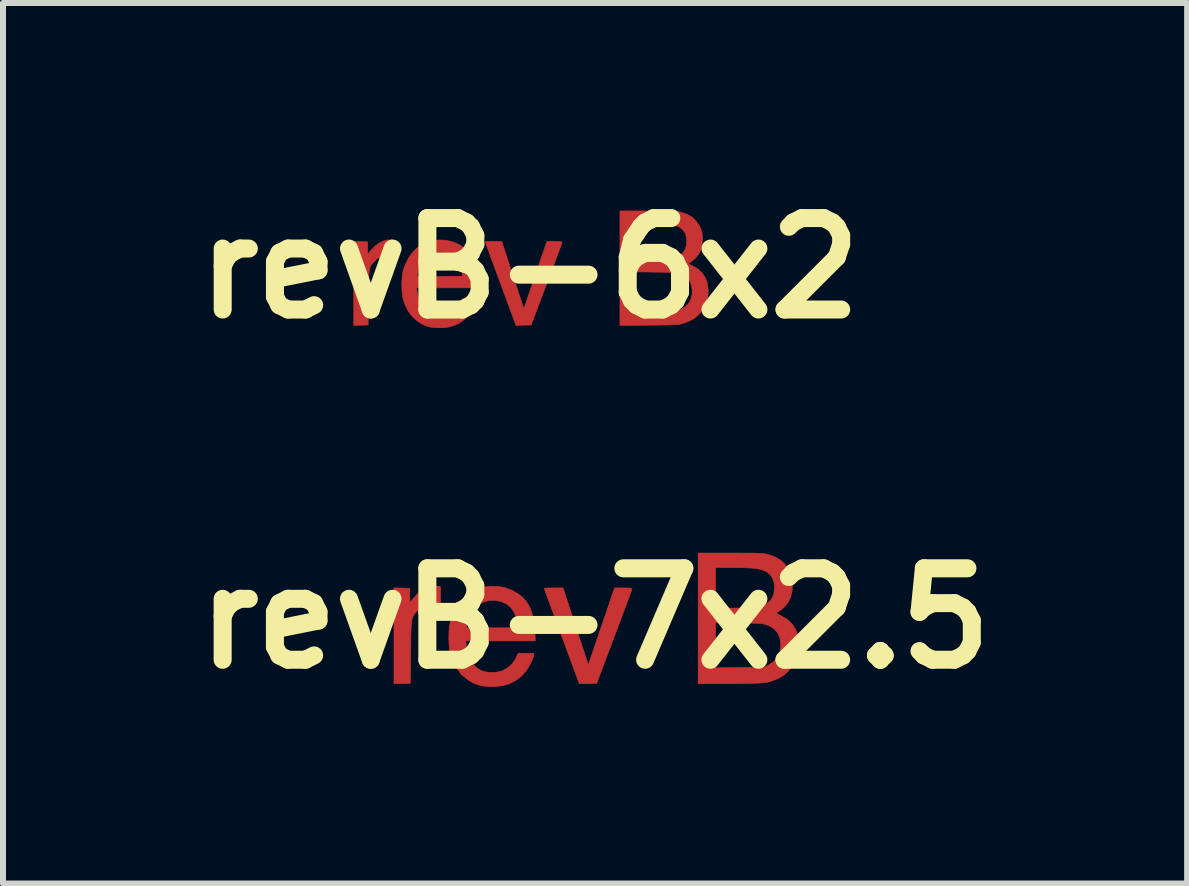
<source format=kicad_pcb>
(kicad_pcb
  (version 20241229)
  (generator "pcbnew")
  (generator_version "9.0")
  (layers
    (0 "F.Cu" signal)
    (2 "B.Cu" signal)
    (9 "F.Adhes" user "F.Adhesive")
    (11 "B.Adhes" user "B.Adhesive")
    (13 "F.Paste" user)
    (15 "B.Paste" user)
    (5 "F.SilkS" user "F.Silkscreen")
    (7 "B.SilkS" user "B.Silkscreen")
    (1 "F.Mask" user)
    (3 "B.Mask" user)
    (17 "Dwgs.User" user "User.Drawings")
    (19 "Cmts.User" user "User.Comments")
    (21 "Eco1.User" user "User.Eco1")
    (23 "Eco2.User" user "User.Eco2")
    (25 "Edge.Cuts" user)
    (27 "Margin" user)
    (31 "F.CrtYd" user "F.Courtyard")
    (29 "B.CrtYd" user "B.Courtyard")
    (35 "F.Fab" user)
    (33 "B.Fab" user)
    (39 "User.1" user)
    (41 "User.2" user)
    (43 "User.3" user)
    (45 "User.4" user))
  (footprint "revB-7x2.5"
    (layer "F.Cu")
    (at 6.865 7.254)
    (property "Reference" "revB-7x2.5" (at 0 0 0) (layer "F.SilkS") (effects (font (size 1.524 1.524) (thickness 0.3))))
    (attr through_hole)
    (fp_poly (pts (xy -2.623 -0.537) (xy -2.576 -0.529) (xy -2.576 -0.389) (xy -2.576 -0.248) (xy -2.676 -0.247) (xy -2.767 -0.239) (xy -2.842 -0.217) (xy -2.907 -0.178) (xy -2.958 -0.131) (xy -2.982 -0.105) (xy -3.003 -0.081) (xy -3.02 -0.058) (xy -3.034 -0.033) (xy -3.044 -0.004) (xy -3.053 0.032) (xy -3.059 0.077) (xy -3.063 0.134) (xy -3.066 0.204) (xy -3.069 0.291) (xy -3.07 0.396) (xy -3.072 0.523) (xy -3.072 0.562) (xy -3.078 1.083) (xy -3.35 1.089) (xy -3.35 -0.509) (xy -3.22 -0.505) (xy -3.09 -0.502) (xy -3.087 -0.384) (xy -3.083 -0.265) (xy -3.037 -0.323) (xy -2.959 -0.408) (xy -2.877 -0.473) (xy -2.792 -0.517) (xy -2.707 -0.538) (xy -2.623 -0.537)) (stroke (width 0.01) (type solid)) (fill yes) (layer "F.Cu"))
    (fp_poly (pts (xy -0.406 -0.118) (xy -0.371 -0.01) (xy -0.334 0.103) (xy -0.296 0.217) (xy -0.261 0.325) (xy -0.228 0.423) (xy -0.201 0.505) (xy -0.195 0.524) (xy -0.112 0.775) (xy 0.085 0.197) (xy 0.124 0.082) (xy 0.162 -0.028) (xy 0.197 -0.131) (xy 0.229 -0.223) (xy 0.256 -0.303) (xy 0.278 -0.368) (xy 0.295 -0.415) (xy 0.304 -0.442) (xy 0.305 -0.445) (xy 0.328 -0.508) (xy 0.473 -0.508) (xy 0.538 -0.507) (xy 0.582 -0.505) (xy 0.607 -0.501) (xy 0.616 -0.494) (xy 0.616 -0.493) (xy 0.612 -0.479) (xy 0.6 -0.445) (xy 0.581 -0.392) (xy 0.555 -0.322) (xy 0.523 -0.236) (xy 0.487 -0.138) (xy 0.445 -0.027) (xy 0.401 0.092) (xy 0.353 0.219) (xy 0.321 0.302) (xy 0.027 1.083) (xy -0.118 1.086) (xy -0.262 1.089) (xy -0.554 0.297) (xy -0.603 0.165) (xy -0.649 0.04) (xy -0.692 -0.077) (xy -0.731 -0.183) (xy -0.766 -0.277) (xy -0.795 -0.358) (xy -0.818 -0.422) (xy -0.835 -0.468) (xy -0.845 -0.495) (xy -0.847 -0.501) (xy -0.835 -0.504) (xy -0.804 -0.506) (xy -0.758 -0.507) (xy -0.701 -0.508) (xy -0.69 -0.508) (xy -0.533 -0.508) (xy -0.406 -0.118)) (stroke (width 0.01) (type solid)) (fill yes) (layer "F.Cu"))
    (fp_poly (pts (xy -1.613 -0.532) (xy -1.49 -0.508) (xy -1.375 -0.464) (xy -1.369 -0.461) (xy -1.275 -0.405) (xy -1.196 -0.339) (xy -1.132 -0.262) (xy -1.081 -0.171) (xy -1.044 -0.064) (xy -1.018 0.061) (xy -1.003 0.205) (xy -1 0.257) (xy -0.995 0.375) (xy -2.154 0.375) (xy -2.147 0.432) (xy -2.123 0.56) (xy -2.086 0.668) (xy -2.036 0.755) (xy -1.974 0.822) (xy -1.899 0.868) (xy -1.871 0.879) (xy -1.792 0.897) (xy -1.706 0.901) (xy -1.619 0.893) (xy -1.543 0.872) (xy -1.529 0.866) (xy -1.448 0.817) (xy -1.378 0.752) (xy -1.325 0.676) (xy -1.313 0.651) (xy -1.281 0.581) (xy -1.017 0.581) (xy -1.024 0.62) (xy -1.032 0.648) (xy -1.048 0.691) (xy -1.07 0.74) (xy -1.08 0.762) (xy -1.146 0.87) (xy -1.228 0.962) (xy -1.325 1.036) (xy -1.434 1.09) (xy -1.533 1.119) (xy -1.6 1.129) (xy -1.679 1.135) (xy -1.76 1.135) (xy -1.836 1.13) (xy -1.898 1.121) (xy -1.907 1.118) (xy -1.979 1.097) (xy -2.038 1.071) (xy -2.098 1.036) (xy -2.137 1.009) (xy -2.231 0.927) (xy -2.309 0.828) (xy -2.37 0.711) (xy -2.409 0.594) (xy -2.424 0.519) (xy -2.433 0.427) (xy -2.436 0.327) (xy -2.434 0.226) (xy -2.427 0.157) (xy -2.144 0.157) (xy -1.279 0.157) (xy -1.286 0.1) (xy -1.309 -0.011) (xy -1.349 -0.105) (xy -1.404 -0.182) (xy -1.475 -0.24) (xy -1.562 -0.28) (xy -1.572 -0.283) (xy -1.673 -0.302) (xy -1.77 -0.298) (xy -1.861 -0.273) (xy -1.943 -0.229) (xy -2.015 -0.167) (xy -2.072 -0.089) (xy -2.114 0.002) (xy -2.136 0.1) (xy -2.144 0.157) (xy -2.427 0.157) (xy -2.425 0.132) (xy -2.411 0.052) (xy -2.409 0.042) (xy -2.367 -0.078) (xy -2.309 -0.191) (xy -2.238 -0.292) (xy -2.156 -0.377) (xy -2.084 -0.431) (xy -1.978 -0.486) (xy -1.861 -0.521) (xy -1.737 -0.536) (xy -1.613 -0.532)) (stroke (width 0.01) (type solid)) (fill yes) (layer "F.Cu"))
    (fp_poly (pts (xy 2.383 -1.089) (xy 2.491 -1.088) (xy 2.579 -1.088) (xy 2.651 -1.087) (xy 2.709 -1.085) (xy 2.754 -1.083) (xy 2.791 -1.081) (xy 2.821 -1.077) (xy 2.847 -1.073) (xy 2.871 -1.068) (xy 2.885 -1.064) (xy 2.995 -1.026) (xy 3.087 -0.973) (xy 3.163 -0.903) (xy 3.224 -0.816) (xy 3.238 -0.789) (xy 3.26 -0.743) (xy 3.274 -0.706) (xy 3.282 -0.668) (xy 3.286 -0.621) (xy 3.288 -0.58) (xy 3.284 -0.46) (xy 3.26 -0.356) (xy 3.217 -0.266) (xy 3.155 -0.189) (xy 3.09 -0.137) (xy 3.057 -0.114) (xy 3.033 -0.095) (xy 3.024 -0.086) (xy 3.035 -0.078) (xy 3.062 -0.062) (xy 3.101 -0.043) (xy 3.112 -0.037) (xy 3.207 0.02) (xy 3.284 0.093) (xy 3.341 0.179) (xy 3.378 0.28) (xy 3.397 0.396) (xy 3.399 0.453) (xy 3.387 0.566) (xy 3.353 0.675) (xy 3.3 0.778) (xy 3.23 0.869) (xy 3.145 0.946) (xy 3.076 0.989) (xy 3.025 1.013) (xy 2.964 1.036) (xy 2.907 1.055) (xy 2.883 1.061) (xy 2.859 1.066) (xy 2.834 1.07) (xy 2.803 1.074) (xy 2.765 1.077) (xy 2.717 1.079) (xy 2.657 1.081) (xy 2.583 1.082) (xy 2.491 1.083) (xy 2.38 1.085) (xy 2.265 1.086) (xy 1.718 1.09) (xy 1.718 0.824) (xy 2.008 0.824) (xy 2.813 0.816) (xy 2.894 0.776) (xy 2.974 0.725) (xy 3.034 0.661) (xy 3.073 0.583) (xy 3.093 0.492) (xy 3.094 0.413) (xy 3.079 0.321) (xy 3.045 0.244) (xy 2.993 0.182) (xy 2.921 0.133) (xy 2.855 0.106) (xy 2.831 0.099) (xy 2.807 0.093) (xy 2.78 0.088) (xy 2.747 0.085) (xy 2.705 0.082) (xy 2.65 0.08) (xy 2.579 0.078) (xy 2.491 0.077) (xy 2.392 0.075) (xy 2.008 0.071) (xy 2.008 0.824) (xy 1.718 0.824) (xy 1.718 -0.167) (xy 2.008 -0.167) (xy 2.349 -0.172) (xy 2.452 -0.174) (xy 2.533 -0.176) (xy 2.597 -0.178) (xy 2.647 -0.181) (xy 2.685 -0.184) (xy 2.716 -0.189) (xy 2.742 -0.195) (xy 2.767 -0.202) (xy 2.767 -0.202) (xy 2.851 -0.239) (xy 2.914 -0.287) (xy 2.957 -0.349) (xy 2.982 -0.426) (xy 2.989 -0.512) (xy 2.983 -0.593) (xy 2.964 -0.658) (xy 2.931 -0.713) (xy 2.896 -0.748) (xy 2.863 -0.774) (xy 2.825 -0.794) (xy 2.779 -0.811) (xy 2.724 -0.824) (xy 2.656 -0.834) (xy 2.573 -0.84) (xy 2.473 -0.844) (xy 2.352 -0.846) (xy 2.277 -0.847) (xy 2.008 -0.847) (xy 2.008 -0.167) (xy 1.718 -0.167) (xy 1.718 -1.089) (xy 2.254 -1.089) (xy 2.383 -1.089)) (stroke (width 0.01) (type solid)) (fill yes) (layer "F.Cu")))
  (footprint "revB-6x2"
    (layer "F.Cu")
    (at 5.777 1.418)
    (property "Reference" "revB-6x2" (at 0 0 0) (layer "F.SilkS") (effects (font (size 1.524 1.524) (thickness 0.3))))
    (attr through_hole)
    (fp_poly (pts (xy -2.295 -0.47) (xy -2.254 -0.463) (xy -2.254 -0.34) (xy -2.254 -0.217) (xy -2.342 -0.216) (xy -2.421 -0.209) (xy -2.487 -0.19) (xy -2.544 -0.156) (xy -2.588 -0.115) (xy -2.61 -0.092) (xy -2.628 -0.071) (xy -2.643 -0.051) (xy -2.655 -0.029) (xy -2.664 -0.003) (xy -2.671 0.028) (xy -2.677 0.067) (xy -2.68 0.117) (xy -2.683 0.179) (xy -2.685 0.255) (xy -2.686 0.347) (xy -2.688 0.458) (xy -2.688 0.492) (xy -2.693 0.947) (xy -2.813 0.95) (xy -2.932 0.953) (xy -2.932 -0.445) (xy -2.704 -0.439) (xy -2.701 -0.336) (xy -2.698 -0.232) (xy -2.658 -0.283) (xy -2.589 -0.357) (xy -2.517 -0.414) (xy -2.443 -0.452) (xy -2.368 -0.471) (xy -2.295 -0.47)) (stroke (width 0.01) (type solid)) (fill yes) (layer "F.Cu"))
    (fp_poly (pts (xy -0.355 -0.103) (xy -0.324 -0.009) (xy -0.292 0.09) (xy -0.259 0.19) (xy -0.228 0.285) (xy -0.2 0.37) (xy -0.176 0.442) (xy -0.171 0.458) (xy -0.098 0.678) (xy 0.074 0.172) (xy 0.109 0.072) (xy 0.142 -0.025) (xy 0.172 -0.114) (xy 0.2 -0.195) (xy 0.224 -0.265) (xy 0.244 -0.322) (xy 0.258 -0.363) (xy 0.266 -0.387) (xy 0.267 -0.389) (xy 0.287 -0.445) (xy 0.414 -0.445) (xy 0.471 -0.444) (xy 0.509 -0.442) (xy 0.531 -0.438) (xy 0.539 -0.433) (xy 0.539 -0.431) (xy 0.536 -0.419) (xy 0.525 -0.389) (xy 0.508 -0.343) (xy 0.486 -0.281) (xy 0.458 -0.207) (xy 0.426 -0.12) (xy 0.39 -0.024) (xy 0.351 0.081) (xy 0.309 0.192) (xy 0.281 0.265) (xy 0.023 0.947) (xy -0.103 0.95) (xy -0.229 0.953) (xy -0.485 0.26) (xy -0.528 0.145) (xy -0.568 0.035) (xy -0.606 -0.067) (xy -0.64 -0.16) (xy -0.67 -0.243) (xy -0.696 -0.313) (xy -0.716 -0.369) (xy -0.731 -0.41) (xy -0.739 -0.433) (xy -0.741 -0.439) (xy -0.731 -0.441) (xy -0.704 -0.443) (xy -0.663 -0.444) (xy -0.613 -0.444) (xy -0.604 -0.445) (xy -0.467 -0.445) (xy -0.355 -0.103)) (stroke (width 0.01) (type solid)) (fill yes) (layer "F.Cu"))
    (fp_poly (pts (xy -1.411 -0.466) (xy -1.304 -0.445) (xy -1.203 -0.406) (xy -1.198 -0.403) (xy -1.115 -0.354) (xy -1.046 -0.297) (xy -0.99 -0.229) (xy -0.946 -0.149) (xy -0.913 -0.056) (xy -0.891 0.053) (xy -0.878 0.179) (xy -0.875 0.225) (xy -0.871 0.328) (xy -1.885 0.328) (xy -1.879 0.378) (xy -1.857 0.49) (xy -1.825 0.584) (xy -1.782 0.661) (xy -1.727 0.719) (xy -1.661 0.759) (xy -1.637 0.769) (xy -1.568 0.784) (xy -1.492 0.788) (xy -1.417 0.781) (xy -1.35 0.763) (xy -1.338 0.758) (xy -1.267 0.715) (xy -1.206 0.658) (xy -1.159 0.591) (xy -1.148 0.57) (xy -1.121 0.508) (xy -0.89 0.508) (xy -0.896 0.542) (xy -0.903 0.567) (xy -0.917 0.605) (xy -0.936 0.648) (xy -0.945 0.667) (xy -1.003 0.762) (xy -1.074 0.842) (xy -1.159 0.906) (xy -1.255 0.954) (xy -1.341 0.979) (xy -1.4 0.988) (xy -1.469 0.993) (xy -1.54 0.993) (xy -1.607 0.989) (xy -1.661 0.981) (xy -1.669 0.979) (xy -1.731 0.959) (xy -1.784 0.937) (xy -1.835 0.906) (xy -1.87 0.883) (xy -1.952 0.811) (xy -2.02 0.724) (xy -2.073 0.622) (xy -2.108 0.52) (xy -2.121 0.454) (xy -2.129 0.374) (xy -2.132 0.286) (xy -2.129 0.198) (xy -2.124 0.138) (xy -1.876 0.138) (xy -1.119 0.138) (xy -1.125 0.087) (xy -1.145 -0.01) (xy -1.18 -0.092) (xy -1.229 -0.159) (xy -1.291 -0.21) (xy -1.367 -0.245) (xy -1.375 -0.248) (xy -1.464 -0.264) (xy -1.549 -0.26) (xy -1.628 -0.239) (xy -1.7 -0.2) (xy -1.763 -0.146) (xy -1.813 -0.078) (xy -1.85 0.002) (xy -1.869 0.087) (xy -1.876 0.138) (xy -2.124 0.138) (xy -2.122 0.115) (xy -2.11 0.046) (xy -2.108 0.037) (xy -2.071 -0.068) (xy -2.02 -0.167) (xy -1.958 -0.255) (xy -1.886 -0.33) (xy -1.824 -0.377) (xy -1.731 -0.425) (xy -1.628 -0.456) (xy -1.52 -0.469) (xy -1.411 -0.466)) (stroke (width 0.01) (type solid)) (fill yes) (layer "F.Cu"))
    (fp_poly (pts (xy 2.085 -0.952) (xy 2.179 -0.952) (xy 2.257 -0.952) (xy 2.32 -0.951) (xy 2.37 -0.95) (xy 2.41 -0.948) (xy 2.442 -0.946) (xy 2.468 -0.943) (xy 2.491 -0.939) (xy 2.512 -0.934) (xy 2.524 -0.931) (xy 2.621 -0.898) (xy 2.702 -0.852) (xy 2.768 -0.79) (xy 2.821 -0.714) (xy 2.834 -0.69) (xy 2.852 -0.65) (xy 2.864 -0.618) (xy 2.871 -0.584) (xy 2.875 -0.543) (xy 2.877 -0.507) (xy 2.873 -0.403) (xy 2.853 -0.311) (xy 2.815 -0.232) (xy 2.761 -0.166) (xy 2.704 -0.12) (xy 2.675 -0.1) (xy 2.654 -0.084) (xy 2.646 -0.075) (xy 2.656 -0.068) (xy 2.679 -0.054) (xy 2.713 -0.037) (xy 2.723 -0.033) (xy 2.807 0.018) (xy 2.873 0.081) (xy 2.923 0.157) (xy 2.956 0.245) (xy 2.972 0.347) (xy 2.974 0.396) (xy 2.964 0.495) (xy 2.934 0.591) (xy 2.888 0.681) (xy 2.826 0.761) (xy 2.752 0.828) (xy 2.691 0.865) (xy 2.647 0.886) (xy 2.593 0.907) (xy 2.543 0.923) (xy 2.523 0.928) (xy 2.502 0.933) (xy 2.479 0.937) (xy 2.453 0.94) (xy 2.419 0.942) (xy 2.378 0.944) (xy 2.325 0.946) (xy 2.26 0.947) (xy 2.18 0.948) (xy 2.082 0.949) (xy 1.982 0.95) (xy 1.503 0.954) (xy 1.503 0.721) (xy 1.757 0.721) (xy 2.109 0.718) (xy 2.461 0.714) (xy 2.532 0.679) (xy 2.602 0.635) (xy 2.654 0.578) (xy 2.689 0.51) (xy 2.706 0.43) (xy 2.707 0.361) (xy 2.694 0.28) (xy 2.665 0.213) (xy 2.619 0.159) (xy 2.556 0.117) (xy 2.498 0.093) (xy 2.477 0.086) (xy 2.457 0.081) (xy 2.433 0.077) (xy 2.404 0.074) (xy 2.366 0.072) (xy 2.318 0.07) (xy 2.257 0.068) (xy 2.18 0.067) (xy 2.093 0.066) (xy 1.757 0.062) (xy 1.757 0.721) (xy 1.503 0.721) (xy 1.503 -0.146) (xy 1.757 -0.146) (xy 2.056 -0.151) (xy 2.145 -0.152) (xy 2.217 -0.154) (xy 2.273 -0.156) (xy 2.316 -0.158) (xy 2.35 -0.161) (xy 2.377 -0.165) (xy 2.399 -0.171) (xy 2.421 -0.177) (xy 2.421 -0.177) (xy 2.494 -0.209) (xy 2.549 -0.252) (xy 2.587 -0.306) (xy 2.609 -0.373) (xy 2.615 -0.448) (xy 2.61 -0.519) (xy 2.594 -0.576) (xy 2.564 -0.624) (xy 2.534 -0.654) (xy 2.505 -0.677) (xy 2.472 -0.695) (xy 2.432 -0.71) (xy 2.383 -0.721) (xy 2.324 -0.73) (xy 2.252 -0.735) (xy 2.164 -0.739) (xy 2.058 -0.741) (xy 1.992 -0.741) (xy 1.757 -0.741) (xy 1.757 -0.146) (xy 1.503 -0.146) (xy 1.503 -0.953) (xy 1.972 -0.953) (xy 2.085 -0.952)) (stroke (width 0.01) (type solid)) (fill yes) (layer "F.Cu")))
  (gr_rect
    (start -3 -3)
    (end 16.731 11.672)
    (stroke (width 0.1) (type default))
    (fill no)
    (layer "Edge.Cuts")))
</source>
